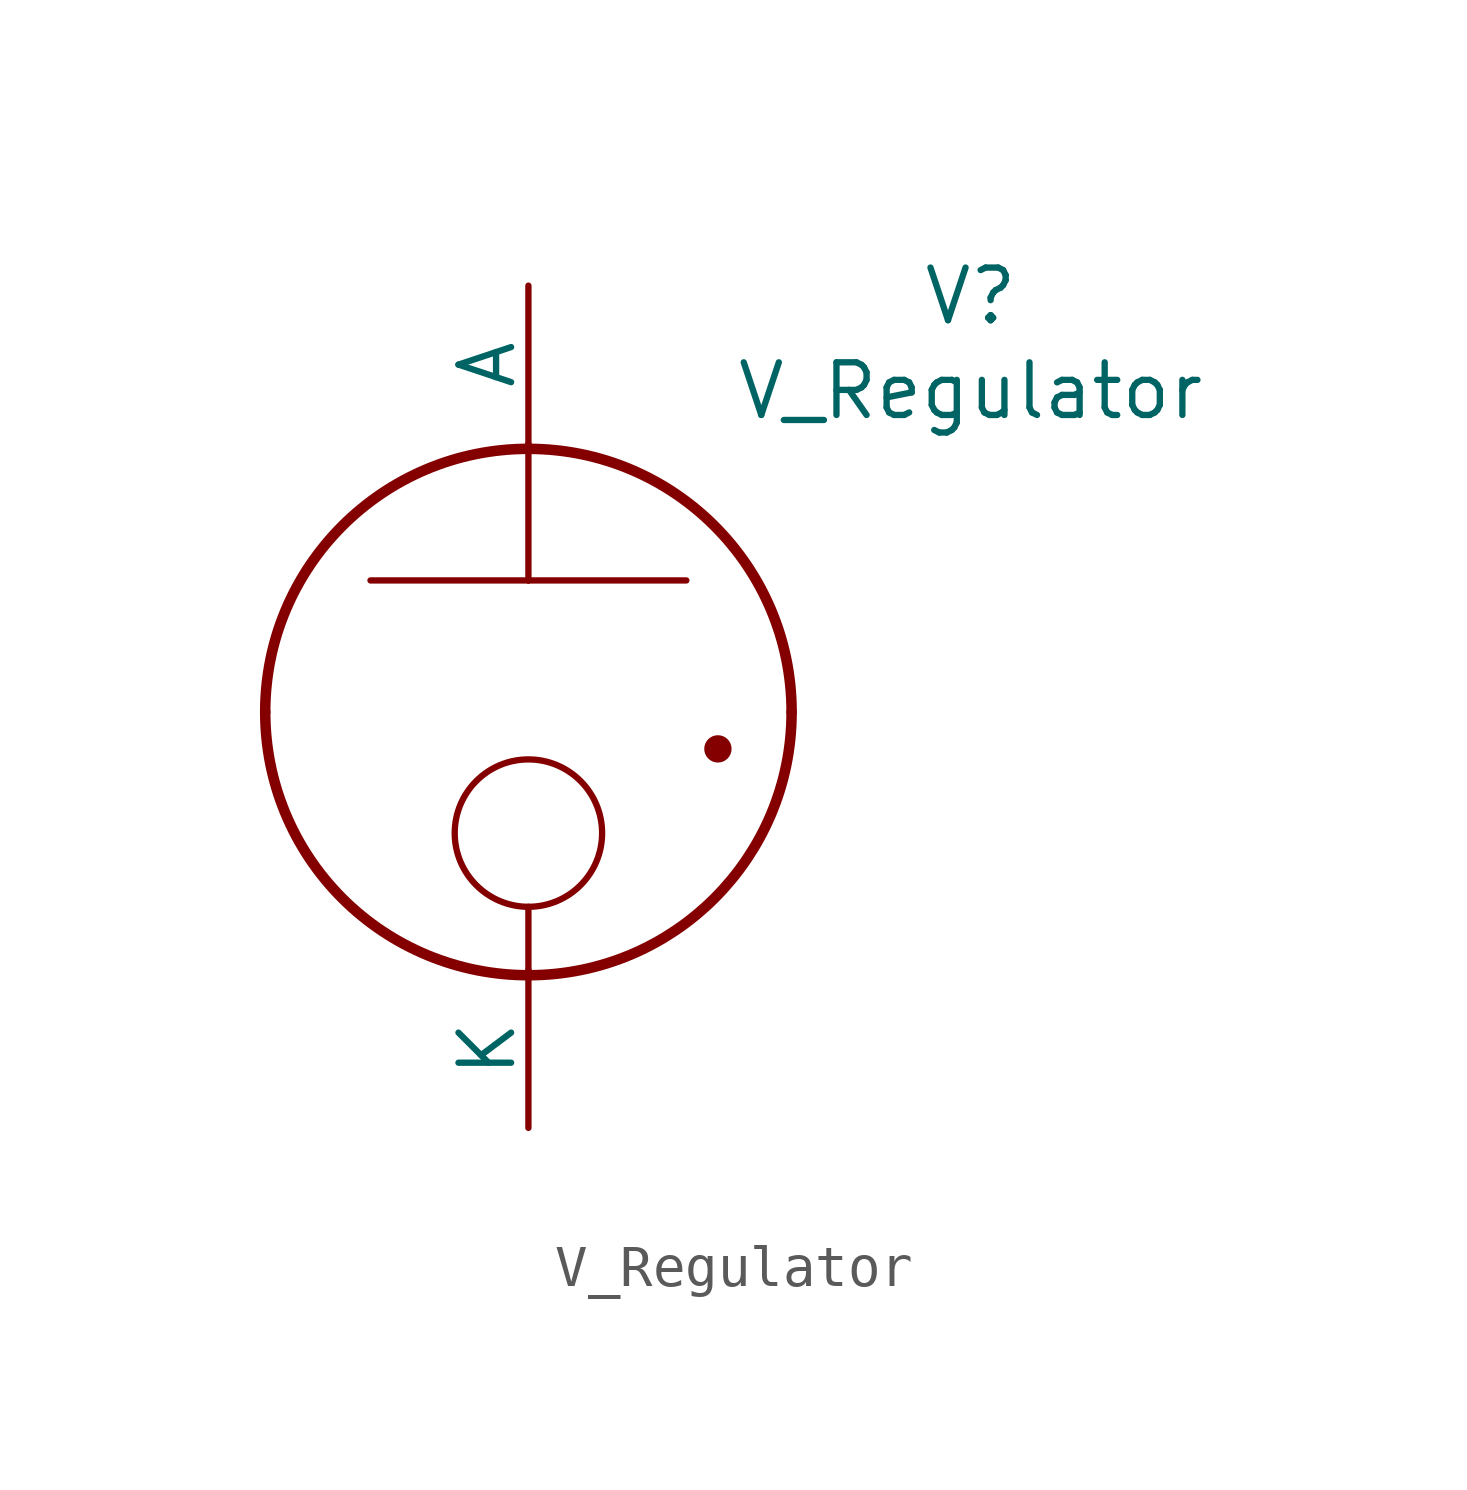
<source format=kicad_sym>
(kicad_symbol_lib
  (version 20241209)
  (generator "kicad_symbol_editor")
  (generator_version "9.0")
  (symbol "V_Regulator"
    (pin_numbers
      (hide yes))
    (pin_names
      (offset 0))
    (property "Reference" "V"
      (at 10.668 9.906 0)
      (effects (font (size 1.27 1.27))))
    (property "Value" "V_Regulator"
      (at 10.668 7.62 0)
      (effects (font (size 1.27 1.27))))
    (symbol "V_Regulator_1_1"
      (arc (start -0.0001 -6.4769) (mid -4.4926 -4.6195) (end -6.35 -0.127) (stroke (width 0.254) (type solid)) (fill (type none)))
      (arc (start -6.35 -0.127) (mid -4.4902 4.3632) (end 0 6.223) (stroke (width 0.254) (type solid)) (fill (type none)))
      (polyline (pts (xy 0 3.048) (xy -3.81 3.048)) (stroke (width 0) (type solid)) (fill (type none)))
      (polyline (pts (xy 0 3.048) (xy 0 6.35)) (stroke (width 0) (type solid)) (fill (type none)))
      (polyline (pts (xy 0 3.048) (xy 3.81 3.048)) (stroke (width 0) (type solid)) (fill (type none)))
      (circle (center 0 -3.048) (radius 1.778) (stroke (width 0) (type default)) (fill (type none)))
      (polyline (pts (xy 0 -4.826) (xy 0 -6.35)) (stroke (width 0) (type default)) (fill (type none)))
      (arc (start 0 6.223) (mid 4.4902 4.3632) (end 6.35 -0.127) (stroke (width 0.254) (type solid)) (fill (type none)))
      (arc (start 6.35 -0.127) (mid 4.491 -4.618) (end -0.0001 -6.4769) (stroke (width 0.254) (type solid)) (fill (type none)))
      (circle (center 4.572 -1.016) (radius 0.254) (stroke (width 0) (type solid)) (fill (type outline)))
      (pin passive line (at 0 10.16 270) (length 3.81) (name "A" (effects (font (size 1.27 1.27)))) (number "A" (effects (font (size 1.27 1.27)))))
      (pin passive line (at 0 -10.16 90) (length 3.81) (name "K" (effects (font (size 1.27 1.27)))) (number "K" (effects (font (size 1.27 1.27))))))))
</source>
